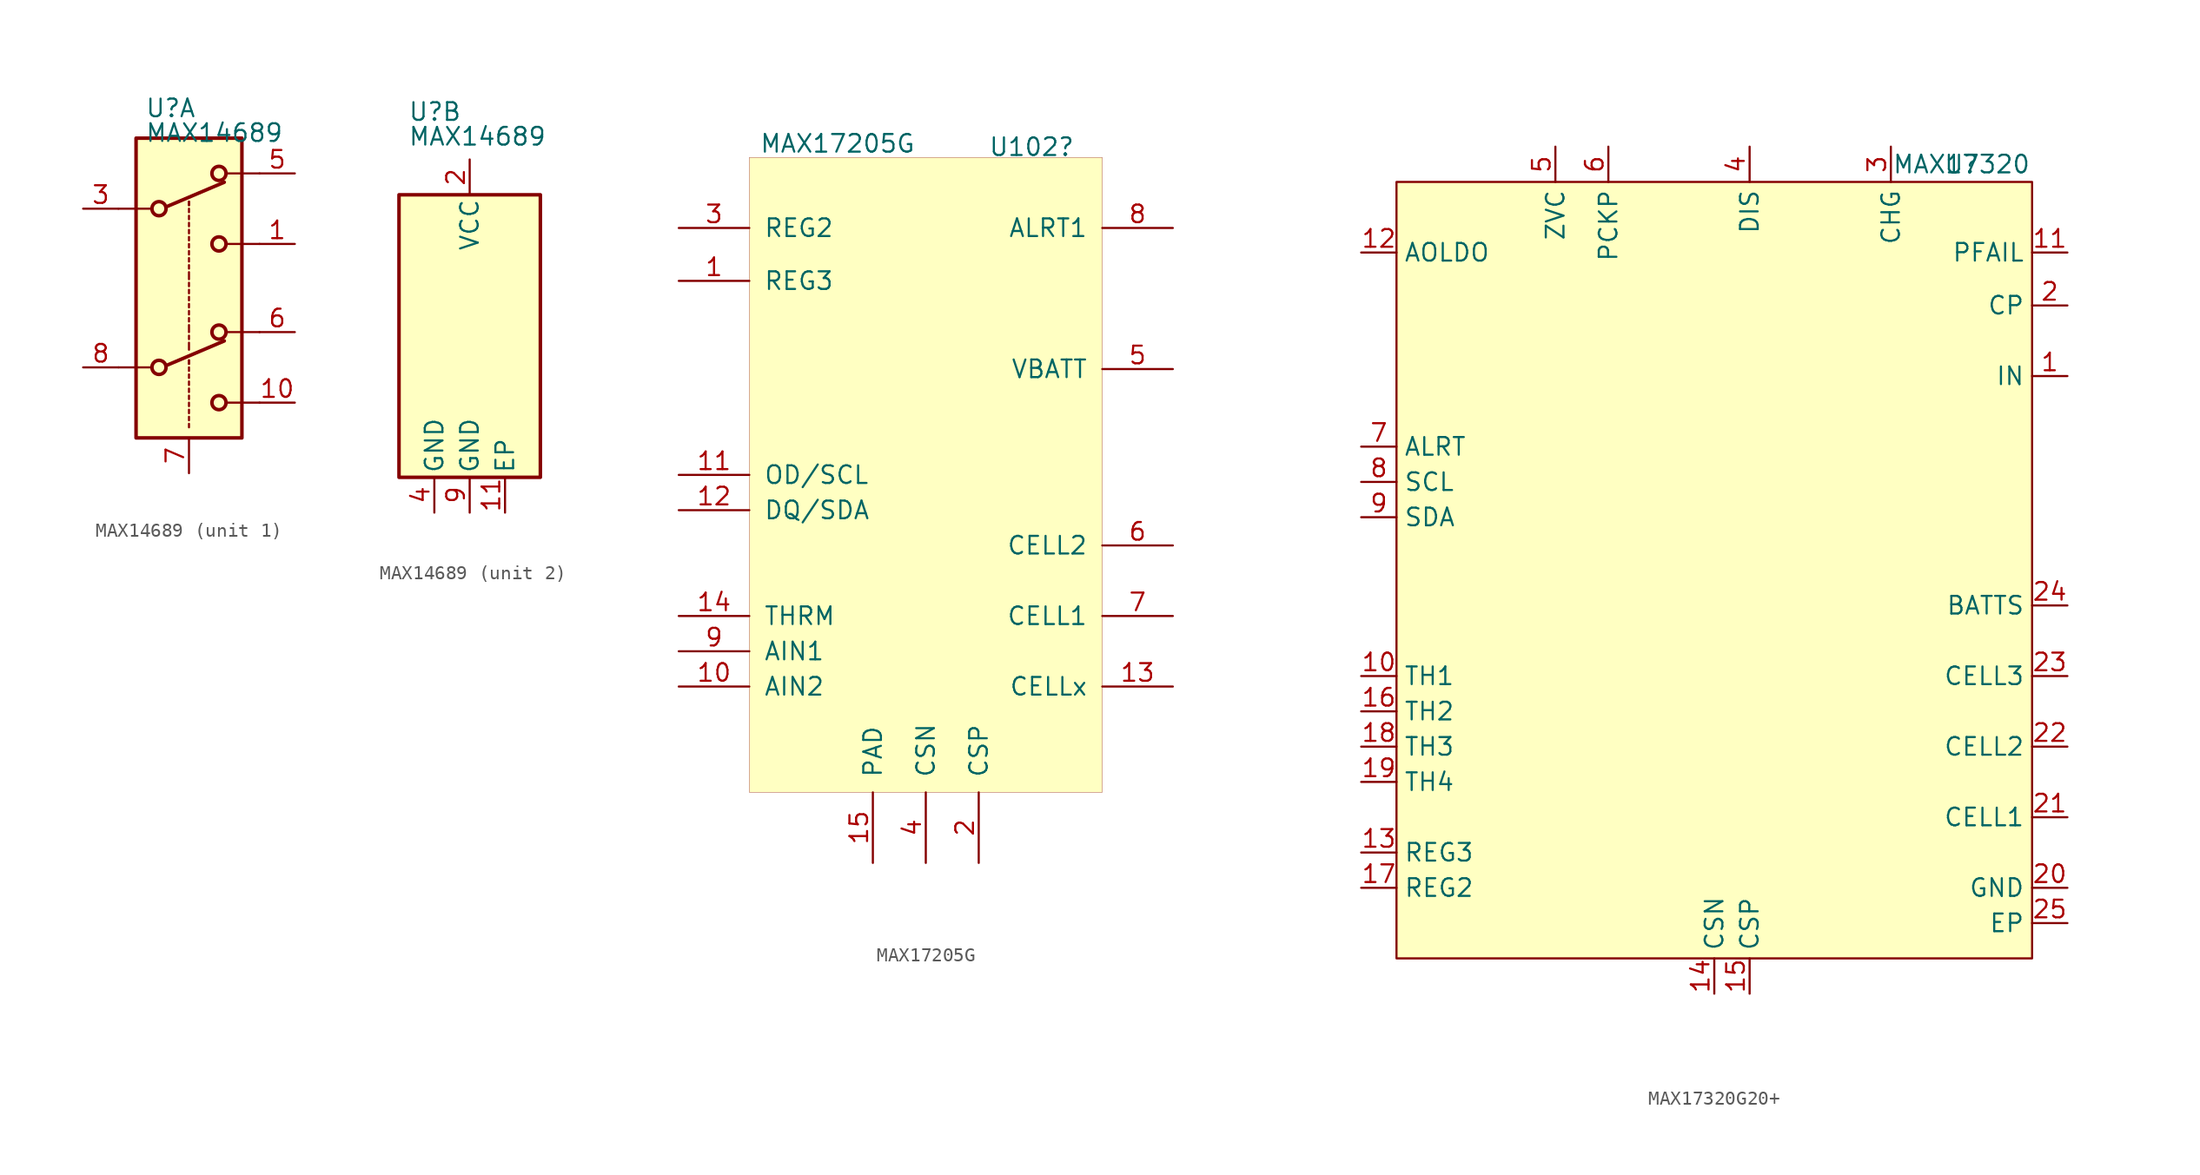
<source format=kicad_sym>
(kicad_symbol_lib
  (version 20220914)
  (generator kicad_symbol_editor)
  (symbol "MAX14689"
    (pin_names
      (offset 0.254))
    (property "Reference" "U"
      (at -3.175 16.129 0)
      (effects (font (size 1.27 1.27)) (justify left)))
    (property "Value" "MAX14689"
      (at -3.175 14.351 0)
      (effects (font (size 1.27 1.27)) (justify left)))
    (symbol "MAX14689_1_1"
      (rectangle (start -3.81 13.97) (end 3.81 -7.62) (stroke (width 0.254) (type default)) (fill (type background)))
      (circle (center -2.159 -2.54) (radius 0.508) (stroke (width 0.254) (type default)) (fill (type none)))
      (circle (center -2.159 8.89) (radius 0.508) (stroke (width 0.254) (type default)) (fill (type none)))
      (polyline (pts (xy -5.08 -2.54) (xy -2.794 -2.54)) (stroke (width 0) (type default)) (fill (type none)))
      (polyline (pts (xy -5.08 8.89) (xy -2.794 8.89)) (stroke (width 0) (type default)) (fill (type none)))
      (polyline (pts (xy -1.651 -2.413) (xy 2.54 -0.635)) (stroke (width 0.254) (type default)) (fill (type none)))
      (polyline (pts (xy -1.651 9.017) (xy 2.54 10.795)) (stroke (width 0.254) (type default)) (fill (type none)))
      (polyline (pts (xy 0 -6.858) (xy 0 -6.604)) (stroke (width 0) (type default)) (fill (type none)))
      (polyline (pts (xy 0 -6.35) (xy 0 -6.096)) (stroke (width 0) (type default)) (fill (type none)))
      (polyline (pts (xy 0 -5.842) (xy 0 -5.588)) (stroke (width 0) (type default)) (fill (type none)))
      (polyline (pts (xy 0 -5.334) (xy 0 -5.08)) (stroke (width 0) (type default)) (fill (type none)))
      (polyline (pts (xy 0 -4.826) (xy 0 -4.572)) (stroke (width 0) (type default)) (fill (type none)))
      (polyline (pts (xy 0 -4.318) (xy 0 -4.064)) (stroke (width 0) (type default)) (fill (type none)))
      (polyline (pts (xy 0 -3.81) (xy 0 -3.556)) (stroke (width 0) (type default)) (fill (type none)))
      (polyline (pts (xy 0 -3.302) (xy 0 -3.048)) (stroke (width 0) (type default)) (fill (type none)))
      (polyline (pts (xy 0 -2.794) (xy 0 -2.54)) (stroke (width 0) (type default)) (fill (type none)))
      (polyline (pts (xy 0 -2.286) (xy 0 -2.032)) (stroke (width 0) (type default)) (fill (type none)))
      (polyline (pts (xy 0 -2.286) (xy 0 -2.032)) (stroke (width 0) (type default)) (fill (type none)))
      (polyline (pts (xy 0 -1.27) (xy 0 -0.762)) (stroke (width 0) (type default)) (fill (type none)))
      (polyline (pts (xy 0 -0.508) (xy 0 -0.254)) (stroke (width 0) (type default)) (fill (type none)))
      (polyline (pts (xy 0 0) (xy 0 0.508)) (stroke (width 0) (type default)) (fill (type none)))
      (polyline (pts (xy 0 0.762) (xy 0 1.016)) (stroke (width 0) (type default)) (fill (type none)))
      (polyline (pts (xy 0 1.27) (xy 0 1.524)) (stroke (width 0) (type default)) (fill (type none)))
      (polyline (pts (xy 0 1.778) (xy 0 2.032)) (stroke (width 0) (type default)) (fill (type none)))
      (polyline (pts (xy 0 2.286) (xy 0 2.54)) (stroke (width 0) (type default)) (fill (type none)))
      (polyline (pts (xy 0 2.794) (xy 0 3.048)) (stroke (width 0) (type default)) (fill (type none)))
      (polyline (pts (xy 0 3.302) (xy 0 3.556)) (stroke (width 0) (type default)) (fill (type none)))
      (polyline (pts (xy 0 3.81) (xy 0 4.318)) (stroke (width 0) (type default)) (fill (type none)))
      (polyline (pts (xy 0 4.572) (xy 0 4.826)) (stroke (width 0) (type default)) (fill (type none)))
      (polyline (pts (xy 0 5.08) (xy 0 5.334)) (stroke (width 0) (type default)) (fill (type none)))
      (polyline (pts (xy 0 5.588) (xy 0 5.842)) (stroke (width 0) (type default)) (fill (type none)))
      (polyline (pts (xy 0 6.096) (xy 0 6.35)) (stroke (width 0) (type default)) (fill (type none)))
      (polyline (pts (xy 0 6.604) (xy 0 6.858)) (stroke (width 0) (type default)) (fill (type none)))
      (polyline (pts (xy 0 7.112) (xy 0 7.366)) (stroke (width 0) (type default)) (fill (type none)))
      (polyline (pts (xy 0 7.62) (xy 0 7.874)) (stroke (width 0) (type default)) (fill (type none)))
      (polyline (pts (xy 0 8.128) (xy 0 8.382)) (stroke (width 0) (type default)) (fill (type none)))
      (polyline (pts (xy 0 8.636) (xy 0 8.89)) (stroke (width 0) (type default)) (fill (type none)))
      (polyline (pts (xy 0 9.144) (xy 0 9.398)) (stroke (width 0) (type default)) (fill (type none)))
      (polyline (pts (xy 0 9.144) (xy 0 9.398)) (stroke (width 0) (type default)) (fill (type none)))
      (polyline (pts (xy 5.08 -5.08) (xy 2.794 -5.08)) (stroke (width 0) (type default)) (fill (type none)))
      (polyline (pts (xy 5.08 0) (xy 2.794 0)) (stroke (width 0) (type default)) (fill (type none)))
      (polyline (pts (xy 5.08 6.35) (xy 2.794 6.35)) (stroke (width 0) (type default)) (fill (type none)))
      (polyline (pts (xy 5.08 11.43) (xy 2.794 11.43)) (stroke (width 0) (type default)) (fill (type none)))
      (circle (center 2.159 -5.08) (radius 0.508) (stroke (width 0.254) (type default)) (fill (type none)))
      (circle (center 2.159 0) (radius 0.508) (stroke (width 0.254) (type default)) (fill (type none)))
      (circle (center 2.159 6.35) (radius 0.508) (stroke (width 0.254) (type default)) (fill (type none)))
      (circle (center 2.159 11.43) (radius 0.508) (stroke (width 0.254) (type default)) (fill (type none)))
      (pin passive line (at 7.62 6.35 180) (length 2.54) (name "~" (effects (font (size 1.27 1.27)))) (number "1" (effects (font (size 1.27 1.27)))))
      (pin passive line (at 7.62 -5.08 180) (length 2.54) (name "~" (effects (font (size 1.27 1.27)))) (number "10" (effects (font (size 1.27 1.27)))))
      (pin passive line (at -7.62 8.89 0) (length 2.54) (name "~" (effects (font (size 1.27 1.27)))) (number "3" (effects (font (size 1.27 1.27)))))
      (pin passive line (at 7.62 11.43 180) (length 2.54) (name "~" (effects (font (size 1.27 1.27)))) (number "5" (effects (font (size 1.27 1.27)))))
      (pin passive line (at 7.62 0 180) (length 2.54) (name "~" (effects (font (size 1.27 1.27)))) (number "6" (effects (font (size 1.27 1.27)))))
      (pin input line (at 0 -10.16 90) (length 2.54) (name "~" (effects (font (size 1.27 1.27)))) (number "7" (effects (font (size 1.27 1.27)))))
      (pin passive line (at -7.62 -2.54 0) (length 2.54) (name "~" (effects (font (size 1.27 1.27)))) (number "8" (effects (font (size 1.27 1.27))))))
    (symbol "MAX14689_2_0"
      (pin power_in line (at 3.81 -12.7 90) (length 2.54) (name "EP" (effects (font (size 1.27 1.27)))) (number "11" (effects (font (size 1.27 1.27)))))
      (pin power_in line (at 1.27 12.7 270) (length 2.54) (name "VCC" (effects (font (size 1.27 1.27)))) (number "2" (effects (font (size 1.27 1.27)))))
      (pin power_in line (at -1.27 -12.7 90) (length 2.54) (name "GND" (effects (font (size 1.27 1.27)))) (number "4" (effects (font (size 1.27 1.27)))))
      (pin power_in line (at 1.27 -12.7 90) (length 2.54) (name "GND" (effects (font (size 1.27 1.27)))) (number "9" (effects (font (size 1.27 1.27))))))
    (symbol "MAX14689_2_1"
      (rectangle (start -3.81 10.16) (end 6.35 -10.16) (stroke (width 0.254) (type default)) (fill (type background)))))
  (symbol "MAX17205G"
    (pin_names
      (offset 1.016))
    (property "Reference" "U102"
      (at 7.62 19.805 0)
      (effects (font (size 1.27 1.27))))
    (property "Value" "MAX17205G"
      (at -6.35 20.047 0)
      (effects (font (size 1.27 1.27))))
    (symbol "MAX17205G_0_1"
      (rectangle (start -12.7 19.05) (end 12.7 -26.67) (stroke (width 0.001) (type default)) (fill (type background))))
    (symbol "MAX17205G_1_1"
      (pin passive line (at -17.78 10.16 0) (length 5.08) (name "REG3" (effects (font (size 1.27 1.27)))) (number "1" (effects (font (size 1.27 1.27)))))
      (pin input line (at -17.78 -19.05 0) (length 5.08) (name "AIN2" (effects (font (size 1.27 1.27)))) (number "10" (effects (font (size 1.27 1.27)))))
      (pin input line (at -17.78 -3.81 0) (length 5.08) (name "OD/SCL" (effects (font (size 1.27 1.27)))) (number "11" (effects (font (size 1.27 1.27)))))
      (pin open_collector line (at -17.78 -6.35 0) (length 5.08) (name "DQ/SDA" (effects (font (size 1.27 1.27)))) (number "12" (effects (font (size 1.27 1.27)))))
      (pin input line (at 17.78 -19.05 180) (length 5.08) (name "CELLx" (effects (font (size 1.27 1.27)))) (number "13" (effects (font (size 1.27 1.27)))))
      (pin output line (at -17.78 -13.97 0) (length 5.08) (name "THRM" (effects (font (size 1.27 1.27)))) (number "14" (effects (font (size 1.27 1.27)))))
      (pin passive line (at -3.81 -31.75 90) (length 5.08) (name "PAD" (effects (font (size 1.27 1.27)))) (number "15" (effects (font (size 1.27 1.27)))))
      (pin input line (at 3.81 -31.75 90) (length 5.08) (name "CSP" (effects (font (size 1.27 1.27)))) (number "2" (effects (font (size 1.27 1.27)))))
      (pin passive line (at -17.78 13.97 0) (length 5.08) (name "REG2" (effects (font (size 1.27 1.27)))) (number "3" (effects (font (size 1.27 1.27)))))
      (pin input line (at 0 -31.75 90) (length 5.08) (name "CSN" (effects (font (size 1.27 1.27)))) (number "4" (effects (font (size 1.27 1.27)))))
      (pin input line (at 17.78 3.81 180) (length 5.08) (name "VBATT" (effects (font (size 1.27 1.27)))) (number "5" (effects (font (size 1.27 1.27)))))
      (pin input line (at 17.78 -8.89 180) (length 5.08) (name "CELL2" (effects (font (size 1.27 1.27)))) (number "6" (effects (font (size 1.27 1.27)))))
      (pin input line (at 17.78 -13.97 180) (length 5.08) (name "CELL1" (effects (font (size 1.27 1.27)))) (number "7" (effects (font (size 1.27 1.27)))))
      (pin output line (at 17.78 13.97 180) (length 5.08) (name "ALRT1" (effects (font (size 1.27 1.27)))) (number "8" (effects (font (size 1.27 1.27)))))
      (pin input line (at -17.78 -16.51 0) (length 5.08) (name "AIN1" (effects (font (size 1.27 1.27)))) (number "9" (effects (font (size 1.27 1.27)))))))
  (symbol "MAX17320G20+"
    (property "Reference" "U"
      (at 35.56 1.27 0)
      (effects (font (size 1.27 1.27))))
    (property "Value" "MAX17320"
      (at 35.56 1.27 0)
      (effects (font (size 1.27 1.27))))
    (symbol "MAX17320G20+_1_1"
      (rectangle (start -5.08 0) (end 40.64 -55.88) (stroke (width 0) (type default)) (fill (type background)))
      (pin input line (at 43.18 -13.97 180) (length 2.54) (name "IN" (effects (font (size 1.27 1.27)))) (number "1" (effects (font (size 1.27 1.27)))))
      (pin input line (at -7.62 -35.56 0) (length 2.54) (name "TH1" (effects (font (size 1.27 1.27)))) (number "10" (effects (font (size 1.27 1.27)))))
      (pin output line (at 43.18 -5.08 180) (length 2.54) (name "PFAIL" (effects (font (size 1.27 1.27)))) (number "11" (effects (font (size 1.27 1.27)))))
      (pin output line (at -7.62 -5.08 0) (length 2.54) (name "AOLDO" (effects (font (size 1.27 1.27)))) (number "12" (effects (font (size 1.27 1.27)))))
      (pin output line (at -7.62 -48.26 0) (length 2.54) (name "REG3" (effects (font (size 1.27 1.27)))) (number "13" (effects (font (size 1.27 1.27)))))
      (pin passive line (at 17.78 -58.42 90) (length 2.54) (name "CSN" (effects (font (size 1.27 1.27)))) (number "14" (effects (font (size 1.27 1.27)))))
      (pin passive line (at 20.32 -58.42 90) (length 2.54) (name "CSP" (effects (font (size 1.27 1.27)))) (number "15" (effects (font (size 1.27 1.27)))))
      (pin input line (at -7.62 -38.1 0) (length 2.54) (name "TH2" (effects (font (size 1.27 1.27)))) (number "16" (effects (font (size 1.27 1.27)))))
      (pin output line (at -7.62 -50.8 0) (length 2.54) (name "REG2" (effects (font (size 1.27 1.27)))) (number "17" (effects (font (size 1.27 1.27)))))
      (pin input line (at -7.62 -40.64 0) (length 2.54) (name "TH3" (effects (font (size 1.27 1.27)))) (number "18" (effects (font (size 1.27 1.27)))))
      (pin input line (at -7.62 -43.18 0) (length 2.54) (name "TH4" (effects (font (size 1.27 1.27)))) (number "19" (effects (font (size 1.27 1.27)))))
      (pin output line (at 43.18 -8.89 180) (length 2.54) (name "CP" (effects (font (size 1.27 1.27)))) (number "2" (effects (font (size 1.27 1.27)))))
      (pin passive line (at 43.18 -50.8 180) (length 2.54) (name "GND" (effects (font (size 1.27 1.27)))) (number "20" (effects (font (size 1.27 1.27)))))
      (pin input line (at 43.18 -45.72 180) (length 2.54) (name "CELL1" (effects (font (size 1.27 1.27)))) (number "21" (effects (font (size 1.27 1.27)))))
      (pin input line (at 43.18 -40.64 180) (length 2.54) (name "CELL2" (effects (font (size 1.27 1.27)))) (number "22" (effects (font (size 1.27 1.27)))))
      (pin input line (at 43.18 -35.56 180) (length 2.54) (name "CELL3" (effects (font (size 1.27 1.27)))) (number "23" (effects (font (size 1.27 1.27)))))
      (pin input line (at 43.18 -30.48 180) (length 2.54) (name "BATTS" (effects (font (size 1.27 1.27)))) (number "24" (effects (font (size 1.27 1.27)))))
      (pin passive line (at 43.18 -53.34 180) (length 2.54) (name "EP" (effects (font (size 1.27 1.27)))) (number "25" (effects (font (size 1.27 1.27)))))
      (pin output line (at 30.48 2.54 270) (length 2.54) (name "CHG" (effects (font (size 1.27 1.27)))) (number "3" (effects (font (size 1.27 1.27)))))
      (pin output line (at 20.32 2.54 270) (length 2.54) (name "DIS" (effects (font (size 1.27 1.27)))) (number "4" (effects (font (size 1.27 1.27)))))
      (pin input line (at 6.35 2.54 270) (length 2.54) (name "ZVC" (effects (font (size 1.27 1.27)))) (number "5" (effects (font (size 1.27 1.27)))))
      (pin input line (at 10.16 2.54 270) (length 2.54) (name "PCKP" (effects (font (size 1.27 1.27)))) (number "6" (effects (font (size 1.27 1.27)))))
      (pin output line (at -7.62 -19.05 0) (length 2.54) (name "ALRT" (effects (font (size 1.27 1.27)))) (number "7" (effects (font (size 1.27 1.27)))))
      (pin input line (at -7.62 -21.59 0) (length 2.54) (name "SCL" (effects (font (size 1.27 1.27)))) (number "8" (effects (font (size 1.27 1.27)))))
      (pin bidirectional line (at -7.62 -24.13 0) (length 2.54) (name "SDA" (effects (font (size 1.27 1.27)))) (number "9" (effects (font (size 1.27 1.27))))))))
</source>
